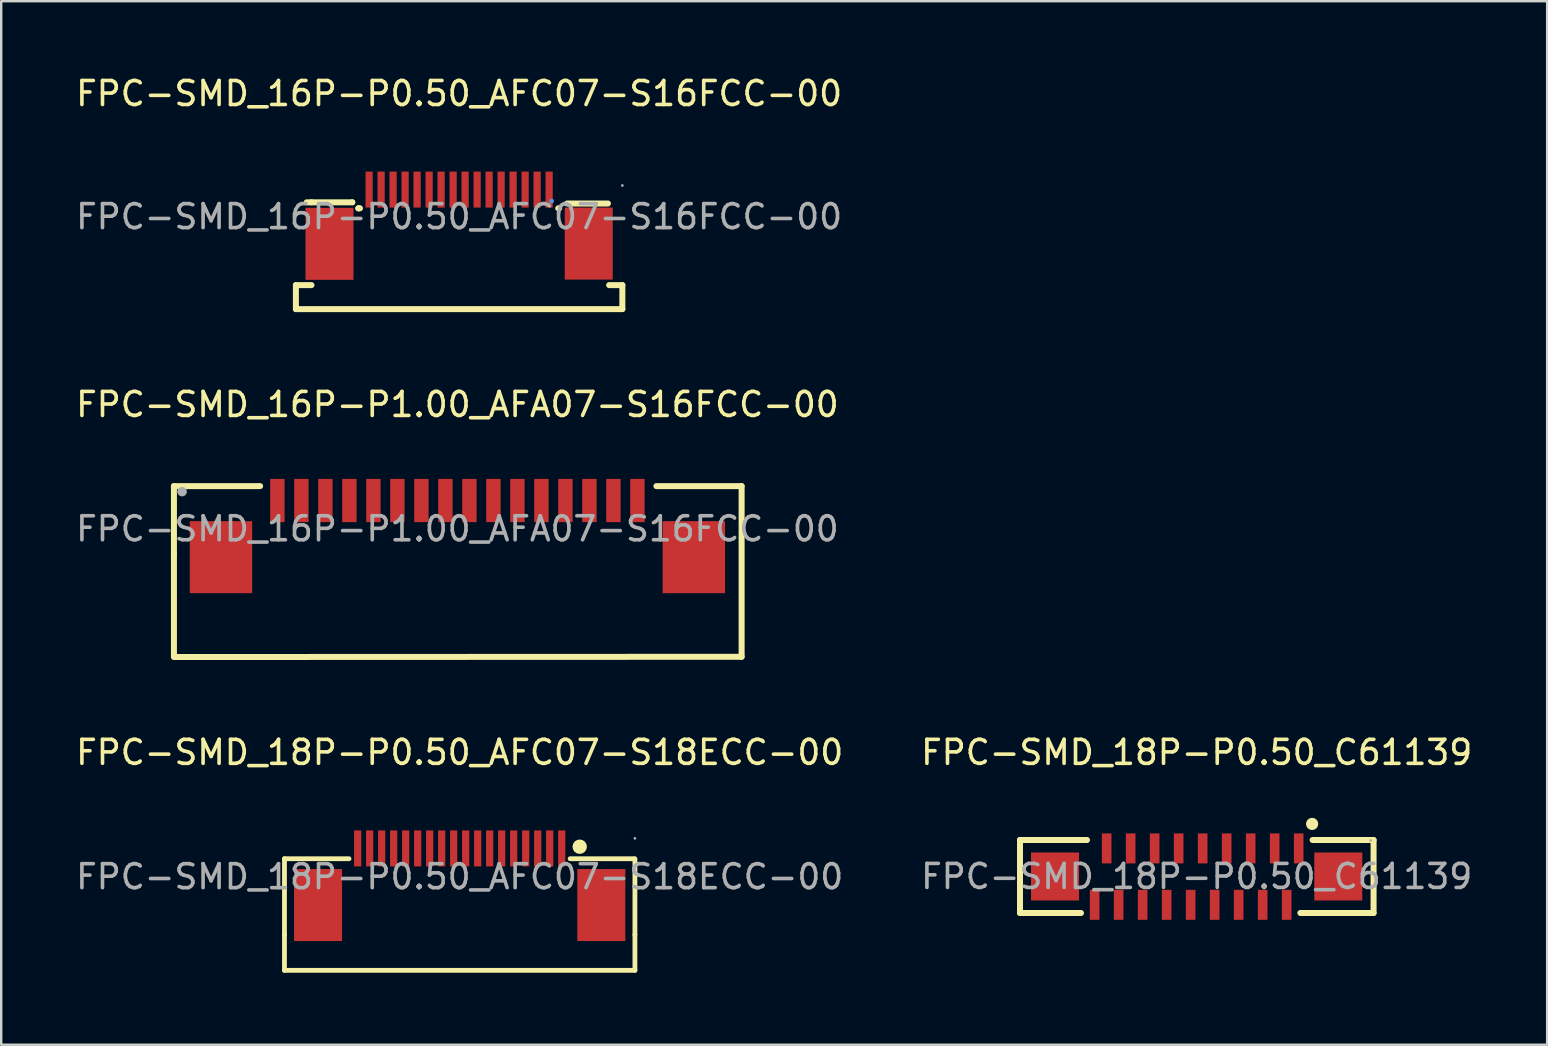
<source format=kicad_pcb>
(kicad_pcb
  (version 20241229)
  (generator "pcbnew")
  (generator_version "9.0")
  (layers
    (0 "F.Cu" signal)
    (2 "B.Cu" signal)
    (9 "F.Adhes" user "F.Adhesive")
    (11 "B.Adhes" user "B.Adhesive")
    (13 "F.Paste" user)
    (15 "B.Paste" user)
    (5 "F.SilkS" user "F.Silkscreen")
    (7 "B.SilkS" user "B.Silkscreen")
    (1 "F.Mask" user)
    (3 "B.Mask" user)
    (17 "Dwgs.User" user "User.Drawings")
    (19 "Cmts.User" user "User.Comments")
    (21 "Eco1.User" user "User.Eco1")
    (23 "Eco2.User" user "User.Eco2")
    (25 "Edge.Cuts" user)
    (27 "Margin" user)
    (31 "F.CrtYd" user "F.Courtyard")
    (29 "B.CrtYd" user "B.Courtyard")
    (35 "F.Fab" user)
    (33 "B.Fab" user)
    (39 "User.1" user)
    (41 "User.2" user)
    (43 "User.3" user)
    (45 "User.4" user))
  (footprint "FPC-SMD_16P-P0.50_AFC07-S16FCC-00"
    (layer "F.Cu")
    (at 16.077 5.978)
    (property "Reference" "FPC-SMD_16P-P0.50_AFC07-S16FCC-00" (at 0 -5.13 0) (layer "F.SilkS") (effects (font (size 1 1) (thickness 0.15))))
    (attr through_hole)
    (fp_line (start -6.8 2.85) (end -6.15 2.85) (stroke (width 0.25) (type solid)) (layer "F.SilkS"))
    (fp_line (start -6.8 3.85) (end -6.8 2.85) (stroke (width 0.25) (type solid)) (layer "F.SilkS"))
    (fp_line (start -6.15 -0.6) (end -6.35 -0.6) (stroke (width 0.25) (type solid)) (layer "F.SilkS"))
    (fp_line (start -4.45 -0.6) (end -6.15 -0.6) (stroke (width 0.25) (type solid)) (layer "F.SilkS"))
    (fp_line (start -4.45 -0.6) (end -4.45 -0.6) (stroke (width 0.25) (type solid)) (layer "F.SilkS"))
    (fp_line (start -4.2 -0.35) (end -4.2 -0.35) (stroke (width 0.25) (type solid)) (layer "F.SilkS"))
    (fp_line (start -4.17 -0.35) (end -4.2 -0.35) (stroke (width 0.25) (type solid)) (layer "F.SilkS"))
    (fp_line (start -4.13 -0.35) (end -4.17 -0.35) (stroke (width 0.25) (type solid)) (layer "F.SilkS"))
    (fp_line (start 4.13 -0.35) (end 4.17 -0.35) (stroke (width 0.25) (type solid)) (layer "F.SilkS"))
    (fp_line (start 4.5 -0.55) (end 6.2 -0.55) (stroke (width 0.25) (type solid)) (layer "F.SilkS"))
    (fp_line (start 6.25 2.85) (end 6.8 2.85) (stroke (width 0.25) (type solid)) (layer "F.SilkS"))
    (fp_line (start 6.8 2.85) (end 6.8 3.85) (stroke (width 0.25) (type solid)) (layer "F.SilkS"))
    (fp_line (start 6.8 3.85) (end -6.8 3.85) (stroke (width 0.25) (type solid)) (layer "F.SilkS"))
    (fp_circle (center 3.85 -0.65) (end 3.9 -0.65) (stroke (width 0.1) (type solid)) (fill no) (layer "Cmts.User"))
    (fp_circle (center 6.8 -1.3) (end 6.83 -1.3) (stroke (width 0.06) (type solid)) (fill no) (layer "F.Fab"))
    (fp_text user "${REFERENCE}" (at 0 0 0) (layer "F.Fab") (effects (font (size 1 1) (thickness 0.15))))
    (pad "1" smd rect (at 3.75 -1.13 180) (size 0.3 1.5) (layers "F.Cu" "F.Mask" "F.Paste"))
    (pad "2" smd rect (at 3.25 -1.13 180) (size 0.3 1.5) (layers "F.Cu" "F.Mask" "F.Paste"))
    (pad "3" smd rect (at 2.75 -1.13 180) (size 0.3 1.5) (layers "F.Cu" "F.Mask" "F.Paste"))
    (pad "4" smd rect (at 2.25 -1.13 180) (size 0.3 1.5) (layers "F.Cu" "F.Mask" "F.Paste"))
    (pad "5" smd rect (at 1.75 -1.13 180) (size 0.3 1.5) (layers "F.Cu" "F.Mask" "F.Paste"))
    (pad "6" smd rect (at 1.25 -1.13 180) (size 0.3 1.5) (layers "F.Cu" "F.Mask" "F.Paste"))
    (pad "7" smd rect (at 0.75 -1.13 180) (size 0.3 1.5) (layers "F.Cu" "F.Mask" "F.Paste"))
    (pad "8" smd rect (at 0.25 -1.13 180) (size 0.3 1.5) (layers "F.Cu" "F.Mask" "F.Paste"))
    (pad "9" smd rect (at -0.25 -1.13 180) (size 0.3 1.5) (layers "F.Cu" "F.Mask" "F.Paste"))
    (pad "10" smd rect (at -0.75 -1.13 180) (size 0.3 1.5) (layers "F.Cu" "F.Mask" "F.Paste"))
    (pad "11" smd rect (at -1.25 -1.13 180) (size 0.3 1.5) (layers "F.Cu" "F.Mask" "F.Paste"))
    (pad "12" smd rect (at -1.75 -1.13 180) (size 0.3 1.5) (layers "F.Cu" "F.Mask" "F.Paste"))
    (pad "13" smd rect (at -2.25 -1.13 180) (size 0.3 1.5) (layers "F.Cu" "F.Mask" "F.Paste"))
    (pad "14" smd rect (at -2.75 -1.13 180) (size 0.3 1.5) (layers "F.Cu" "F.Mask" "F.Paste"))
    (pad "15" smd rect (at -3.25 -1.13 180) (size 0.3 1.5) (layers "F.Cu" "F.Mask" "F.Paste"))
    (pad "16" smd rect (at -3.75 -1.13 180) (size 0.3 1.5) (layers "F.Cu" "F.Mask" "F.Paste"))
    (pad "17" smd rect (at -5.4 1.13) (size 2 3) (layers "F.Cu" "F.Mask" "F.Paste"))
    (pad "18" smd rect (at 5.4 1.12 180) (size 2 3) (layers "F.Cu" "F.Mask" "F.Paste")))
  (footprint "FPC-SMD_18P-P0.50_C61139"
    (layer "F.Cu")
    (at 46.804 33.465)
    (property "Reference" "FPC-SMD_18P-P0.50_C61139" (at 0 -5.17 0) (layer "F.SilkS") (effects (font (size 1 1) (thickness 0.15))))
    (attr through_hole)
    (fp_line (start -7.36 -1.52) (end -7.36 1.52) (stroke (width 0.25) (type solid)) (layer "F.SilkS"))
    (fp_line (start -7.36 1.52) (end -4.82 1.52) (stroke (width 0.25) (type solid)) (layer "F.SilkS"))
    (fp_line (start -4.57 -1.52) (end -7.36 -1.52) (stroke (width 0.25) (type solid)) (layer "F.SilkS"))
    (fp_line (start 4.32 1.52) (end 7.37 1.52) (stroke (width 0.25) (type solid)) (layer "F.SilkS"))
    (fp_line (start 7.37 -1.52) (end 4.83 -1.52) (stroke (width 0.25) (type solid)) (layer "F.SilkS"))
    (fp_line (start 7.37 1.52) (end 7.37 -1.52) (stroke (width 0.25) (type solid)) (layer "F.SilkS"))
    (fp_circle (center 4.81 -2.19) (end 4.94 -2.19) (stroke (width 0.25) (type solid)) (fill no) (layer "F.SilkS"))
    (fp_circle (center 7.25 -1.5) (end 7.28 -1.5) (stroke (width 0.06) (type solid)) (fill no) (layer "F.Fab"))
    (fp_text user "${REFERENCE}" (at 0 0 0) (layer "F.Fab") (effects (font (size 1 1) (thickness 0.15))))
    (pad "1" smd rect (at 4.25 -1.17 180) (size 0.4 1.25) (layers "F.Cu" "F.Mask" "F.Paste"))
    (pad "2" smd rect (at 3.75 1.18 180) (size 0.4 1.25) (layers "F.Cu" "F.Mask" "F.Paste"))
    (pad "3" smd rect (at 3.25 -1.17 180) (size 0.4 1.25) (layers "F.Cu" "F.Mask" "F.Paste"))
    (pad "4" smd rect (at 2.75 1.18 180) (size 0.4 1.25) (layers "F.Cu" "F.Mask" "F.Paste"))
    (pad "5" smd rect (at 2.25 -1.17 180) (size 0.4 1.25) (layers "F.Cu" "F.Mask" "F.Paste"))
    (pad "6" smd rect (at 1.75 1.18 180) (size 0.4 1.25) (layers "F.Cu" "F.Mask" "F.Paste"))
    (pad "7" smd rect (at 1.25 -1.17 180) (size 0.4 1.25) (layers "F.Cu" "F.Mask" "F.Paste"))
    (pad "8" smd rect (at 0.75 1.18 180) (size 0.4 1.25) (layers "F.Cu" "F.Mask" "F.Paste"))
    (pad "9" smd rect (at 0.25 -1.17 180) (size 0.4 1.25) (layers "F.Cu" "F.Mask" "F.Paste"))
    (pad "10" smd rect (at -0.25 1.18 180) (size 0.4 1.25) (layers "F.Cu" "F.Mask" "F.Paste"))
    (pad "11" smd rect (at -0.75 -1.17 180) (size 0.4 1.25) (layers "F.Cu" "F.Mask" "F.Paste"))
    (pad "12" smd rect (at -1.25 1.18 180) (size 0.4 1.25) (layers "F.Cu" "F.Mask" "F.Paste"))
    (pad "13" smd rect (at -1.75 -1.17 180) (size 0.4 1.25) (layers "F.Cu" "F.Mask" "F.Paste"))
    (pad "14" smd rect (at -2.25 1.18 180) (size 0.4 1.25) (layers "F.Cu" "F.Mask" "F.Paste"))
    (pad "15" smd rect (at -2.75 -1.17 180) (size 0.4 1.25) (layers "F.Cu" "F.Mask" "F.Paste"))
    (pad "16" smd rect (at -3.25 1.18 180) (size 0.4 1.25) (layers "F.Cu" "F.Mask" "F.Paste"))
    (pad "17" smd rect (at -3.75 -1.17 180) (size 0.4 1.25) (layers "F.Cu" "F.Mask" "F.Paste"))
    (pad "18" smd rect (at -4.25 1.18 180) (size 0.4 1.25) (layers "F.Cu" "F.Mask" "F.Paste"))
    (pad "19" smd rect (at 5.9 0) (size 2 2) (layers "F.Cu" "F.Mask" "F.Paste"))
    (pad "20" smd rect (at -5.9 0) (size 2 2) (layers "F.Cu" "F.Mask" "F.Paste")))
  (footprint "FPC-SMD_18P-P0.50_AFC07-S18ECC-00"
    (layer "F.Cu")
    (at 16.101 33.475)
    (property "Reference" "FPC-SMD_18P-P0.50_AFC07-S18ECC-00" (at 0 -5.18 0) (layer "F.SilkS") (effects (font (size 1 1) (thickness 0.15))))
    (attr through_hole)
    (fp_line (start -7.3 -0.75) (end -4.61 -0.75) (stroke (width 0.2) (type solid)) (layer "F.SilkS"))
    (fp_line (start -7.3 2.41) (end -7.3 -0.75) (stroke (width 0.2) (type solid)) (layer "F.SilkS"))
    (fp_line (start -7.3 2.41) (end -7.3 3.9) (stroke (width 0.2) (type solid)) (layer "F.SilkS"))
    (fp_line (start -7.3 3.9) (end 7.3 3.9) (stroke (width 0.2) (type solid)) (layer "F.SilkS"))
    (fp_line (start 4.6 -0.75) (end 7.25 -0.75) (stroke (width 0.2) (type solid)) (layer "F.SilkS"))
    (fp_line (start 7.3 2.41) (end 7.3 -0.75) (stroke (width 0.2) (type solid)) (layer "F.SilkS"))
    (fp_line (start 7.3 3.9) (end 7.3 2.41) (stroke (width 0.2) (type solid)) (layer "F.SilkS"))
    (fp_arc (start 4.85 -1.26) (mid 5.15025 -1.245005) (end 4.849667 -1.249984) (stroke (width 0.3) (type solid)) (layer "F.SilkS"))
    (fp_circle (center 7.3 -1.6) (end 7.33 -1.6) (stroke (width 0.06) (type solid)) (fill no) (layer "F.Fab"))
    (fp_text user "${REFERENCE}" (at 0 0 0) (layer "F.Fab") (effects (font (size 1 1) (thickness 0.15))))
    (pad "1" smd rect (at 4.25 -1.18) (size 0.3 1.5) (layers "F.Cu" "F.Mask" "F.Paste"))
    (pad "2" smd rect (at 3.75 -1.18) (size 0.3 1.5) (layers "F.Cu" "F.Mask" "F.Paste"))
    (pad "3" smd rect (at 3.25 -1.18) (size 0.3 1.5) (layers "F.Cu" "F.Mask" "F.Paste"))
    (pad "4" smd rect (at 2.75 -1.18) (size 0.3 1.5) (layers "F.Cu" "F.Mask" "F.Paste"))
    (pad "5" smd rect (at 2.25 -1.18) (size 0.3 1.5) (layers "F.Cu" "F.Mask" "F.Paste"))
    (pad "6" smd rect (at 1.75 -1.18) (size 0.3 1.5) (layers "F.Cu" "F.Mask" "F.Paste"))
    (pad "7" smd rect (at 1.25 -1.18) (size 0.3 1.5) (layers "F.Cu" "F.Mask" "F.Paste"))
    (pad "8" smd rect (at 0.75 -1.18) (size 0.3 1.5) (layers "F.Cu" "F.Mask" "F.Paste"))
    (pad "9" smd rect (at 0.25 -1.18) (size 0.3 1.5) (layers "F.Cu" "F.Mask" "F.Paste"))
    (pad "10" smd rect (at -0.25 -1.18) (size 0.3 1.5) (layers "F.Cu" "F.Mask" "F.Paste"))
    (pad "11" smd rect (at -0.75 -1.18) (size 0.3 1.5) (layers "F.Cu" "F.Mask" "F.Paste"))
    (pad "12" smd rect (at -1.25 -1.18) (size 0.3 1.5) (layers "F.Cu" "F.Mask" "F.Paste"))
    (pad "13" smd rect (at -1.75 -1.18) (size 0.3 1.5) (layers "F.Cu" "F.Mask" "F.Paste"))
    (pad "14" smd rect (at -2.25 -1.18) (size 0.3 1.5) (layers "F.Cu" "F.Mask" "F.Paste"))
    (pad "15" smd rect (at -2.75 -1.18) (size 0.3 1.5) (layers "F.Cu" "F.Mask" "F.Paste"))
    (pad "16" smd rect (at -3.25 -1.18) (size 0.3 1.5) (layers "F.Cu" "F.Mask" "F.Paste"))
    (pad "17" smd rect (at -3.75 -1.18) (size 0.3 1.5) (layers "F.Cu" "F.Mask" "F.Paste"))
    (pad "18" smd rect (at -4.25 -1.18) (size 0.3 1.5) (layers "F.Cu" "F.Mask" "F.Paste"))
    (pad "19" smd rect (at -5.9 1.18) (size 2 3) (layers "F.Cu" "F.Mask" "F.Paste"))
    (pad "20" smd rect (at 5.9 1.18) (size 2 3) (layers "F.Cu" "F.Mask" "F.Paste")))
  (footprint "FPC-SMD_16P-P1.00_AFA07-S16FCC-00"
    (layer "F.Cu")
    (at 16.006 18.982)
    (property "Reference" "FPC-SMD_16P-P1.00_AFA07-S16FCC-00" (at 0 -5.18 0) (layer "F.SilkS") (effects (font (size 1 1) (thickness 0.15))))
    (attr through_hole)
    (fp_line (start -11.81 -1.78) (end -11.81 1.07) (stroke (width 0.25) (type solid)) (layer "F.SilkS"))
    (fp_line (start -11.81 1.07) (end -11.81 5.34) (stroke (width 0.25) (type solid)) (layer "F.SilkS"))
    (fp_line (start -11.78 5.34) (end 11.84 5.33) (stroke (width 0.25) (type solid)) (layer "F.SilkS"))
    (fp_line (start -8.22 -1.78) (end -11.81 -1.78) (stroke (width 0.25) (type solid)) (layer "F.SilkS"))
    (fp_line (start 11.84 -1.78) (end 8.29 -1.78) (stroke (width 0.25) (type solid)) (layer "F.SilkS"))
    (fp_line (start 11.84 -1.78) (end 11.84 5.33) (stroke (width 0.25) (type solid)) (layer "F.SilkS"))
    (fp_circle (center -11.47 -1.55) (end -11.37 -1.55) (stroke (width 0.2) (type solid)) (fill no) (layer "F.Fab"))
    (fp_text user "${REFERENCE}" (at 0 0 0) (layer "F.Fab") (effects (font (size 1 1) (thickness 0.15))))
    (pad "1" smd rect (at -7.5 -1.18) (size 0.6 1.8) (layers "F.Cu" "F.Mask" "F.Paste"))
    (pad "2" smd rect (at -6.5 -1.18) (size 0.6 1.8) (layers "F.Cu" "F.Mask" "F.Paste"))
    (pad "3" smd rect (at -5.5 -1.18) (size 0.6 1.8) (layers "F.Cu" "F.Mask" "F.Paste"))
    (pad "4" smd rect (at -4.5 -1.18) (size 0.6 1.8) (layers "F.Cu" "F.Mask" "F.Paste"))
    (pad "5" smd rect (at -3.5 -1.18) (size 0.6 1.8) (layers "F.Cu" "F.Mask" "F.Paste"))
    (pad "6" smd rect (at -2.5 -1.18) (size 0.6 1.8) (layers "F.Cu" "F.Mask" "F.Paste"))
    (pad "7" smd rect (at -1.5 -1.18) (size 0.6 1.8) (layers "F.Cu" "F.Mask" "F.Paste"))
    (pad "8" smd rect (at -0.5 -1.18) (size 0.6 1.8) (layers "F.Cu" "F.Mask" "F.Paste"))
    (pad "9" smd rect (at 0.5 -1.18) (size 0.6 1.8) (layers "F.Cu" "F.Mask" "F.Paste"))
    (pad "10" smd rect (at 1.5 -1.18) (size 0.6 1.8) (layers "F.Cu" "F.Mask" "F.Paste"))
    (pad "11" smd rect (at 2.5 -1.18) (size 0.6 1.8) (layers "F.Cu" "F.Mask" "F.Paste"))
    (pad "12" smd rect (at 3.5 -1.18) (size 0.6 1.8) (layers "F.Cu" "F.Mask" "F.Paste"))
    (pad "13" smd rect (at 4.5 -1.18) (size 0.6 1.8) (layers "F.Cu" "F.Mask" "F.Paste"))
    (pad "14" smd rect (at 5.5 -1.18) (size 0.6 1.8) (layers "F.Cu" "F.Mask" "F.Paste"))
    (pad "15" smd rect (at 6.5 -1.18) (size 0.6 1.8) (layers "F.Cu" "F.Mask" "F.Paste"))
    (pad "16" smd rect (at 7.5 -1.18) (size 0.6 1.8) (layers "F.Cu" "F.Mask" "F.Paste"))
    (pad "17" smd rect (at 9.85 1.18) (size 2.6 3) (layers "F.Cu" "F.Mask" "F.Paste"))
    (pad "18" smd rect (at -9.85 1.18) (size 2.6 3) (layers "F.Cu" "F.Mask" "F.Paste")))
  (gr_rect
    (start -3 -3)
    (end 61.405 40.475)
    (stroke (width 0.1) (type default))
    (fill no)
    (layer "Edge.Cuts")))
</source>
